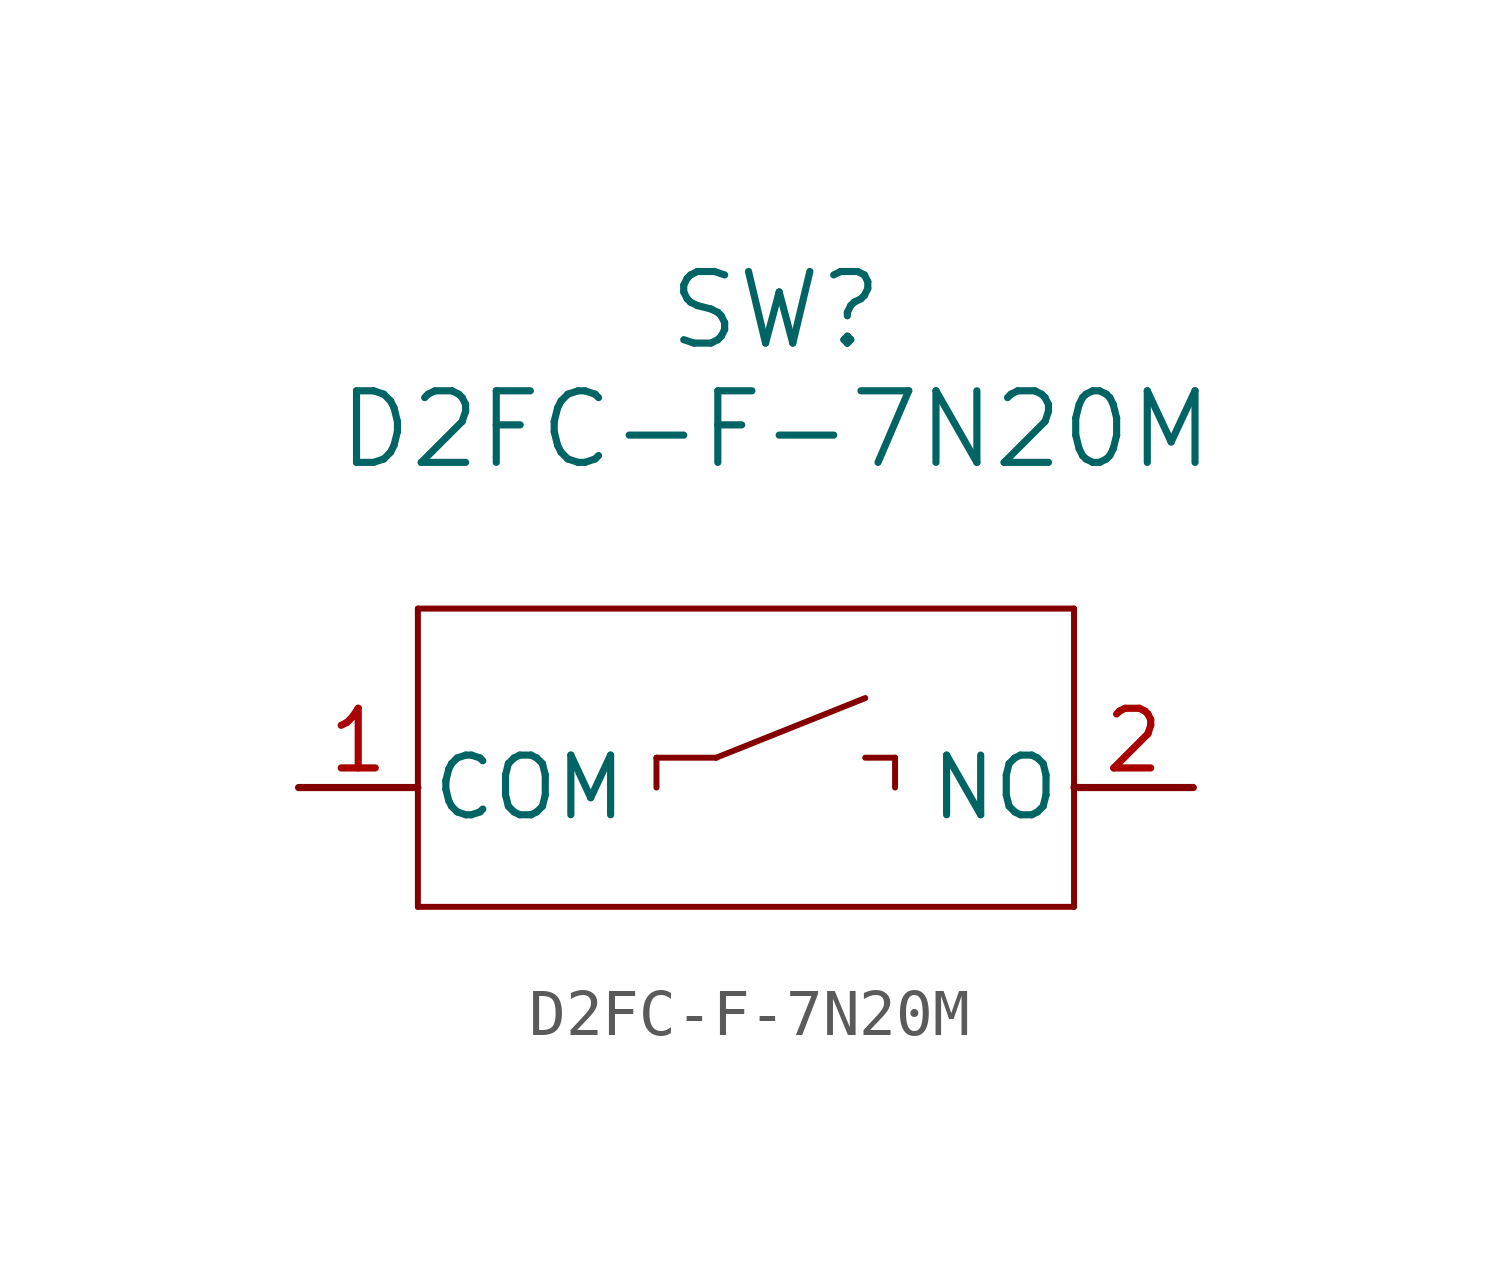
<source format=kicad_sym>
(kicad_symbol_lib
  (version 20241209)
  (generator "kicad_symbol_editor")
  (generator_version "9.0")
  (symbol "D2FC-F-7N20M"
    (pin_names
      (offset 0.254))
    (property "Reference" "SW"
      (at 0 10.16 0)
      (effects (font (size 1.524 1.524))))
    (property "Value" "D2FC-F-7N20M"
      (at 0 7.62 0)
      (effects (font (size 1.524 1.524))))
    (property "ki_locked" ""
      (at 0 0 0)
      (effects (font (size 1.27 1.27))))
    (symbol "D2FC-F-7N20M_0_1"
      (polyline (pts (xy -7.62 3.81) (xy -7.62 -2.54)) (stroke (width 0.127) (type default)) (fill (type none)))
      (polyline (pts (xy -7.62 -2.54) (xy 6.35 -2.54)) (stroke (width 0.127) (type default)) (fill (type none)))
      (polyline (pts (xy -2.54 0.635) (xy -1.27 0.635)) (stroke (width 0.127) (type default)) (fill (type none)))
      (polyline (pts (xy -2.54 0) (xy -2.54 0.635)) (stroke (width 0.127) (type default)) (fill (type none)))
      (polyline (pts (xy -1.27 0.635) (xy 1.905 1.905)) (stroke (width 0.127) (type default)) (fill (type none)))
      (polyline (pts (xy 2.54 0.635) (xy 1.905 0.635)) (stroke (width 0.127) (type default)) (fill (type none)))
      (polyline (pts (xy 2.54 0) (xy 2.54 0.635)) (stroke (width 0.127) (type default)) (fill (type none)))
      (polyline (pts (xy 6.35 3.81) (xy -7.62 3.81)) (stroke (width 0.127) (type default)) (fill (type none)))
      (polyline (pts (xy 6.35 -2.54) (xy 6.35 3.81)) (stroke (width 0.127) (type default)) (fill (type none))))
    (symbol "D2FC-F-7N20M_1_1"
      (pin unspecified line (at -10.16 0 0) (length 2.54) (name "COM" (effects (font (size 1.27 1.27)))) (number "1" (effects (font (size 1.27 1.27)))))
      (pin unspecified line (at 8.89 0 180) (length 2.54) (name "NO" (effects (font (size 1.27 1.27)))) (number "2" (effects (font (size 1.27 1.27))))))))
</source>
